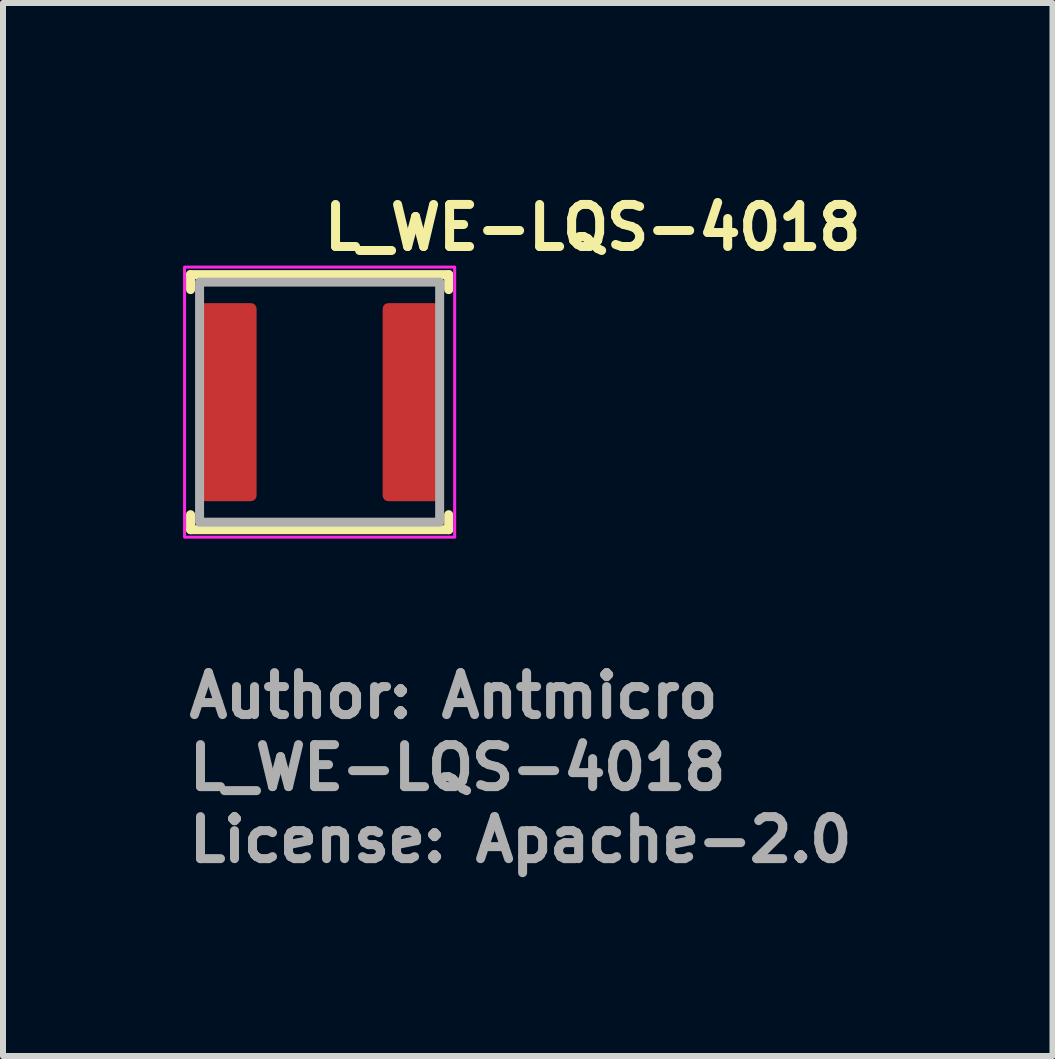
<source format=kicad_pcb>
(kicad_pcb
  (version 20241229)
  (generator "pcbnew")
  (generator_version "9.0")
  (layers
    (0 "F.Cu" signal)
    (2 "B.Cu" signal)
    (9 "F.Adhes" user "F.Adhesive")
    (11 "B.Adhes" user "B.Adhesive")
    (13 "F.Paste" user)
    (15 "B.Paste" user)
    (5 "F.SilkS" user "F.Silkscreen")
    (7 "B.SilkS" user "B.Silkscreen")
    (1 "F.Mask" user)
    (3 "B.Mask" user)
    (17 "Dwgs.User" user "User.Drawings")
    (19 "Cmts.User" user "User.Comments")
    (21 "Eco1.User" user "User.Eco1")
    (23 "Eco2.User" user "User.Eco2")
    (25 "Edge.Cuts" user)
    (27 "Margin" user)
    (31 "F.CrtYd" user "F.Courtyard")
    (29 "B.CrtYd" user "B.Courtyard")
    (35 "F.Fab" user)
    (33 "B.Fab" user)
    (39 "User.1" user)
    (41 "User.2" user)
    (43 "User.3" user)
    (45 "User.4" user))
  (footprint "L_WE-LQS-4018"
    (layer "F.Cu")
    (at 2.275 3.65)
    (property "Reference" "L_WE-LQS-4018" (at 0 -2.5 0) (layer "F.SilkS") (effects (font (size 0.7 0.7) (thickness 0.15)) (justify left bottom)))
    (attr smd)
    (fp_line (start -2.15 -2.125) (end -2.15 -1.875) (stroke (width 0.15) (type solid)) (layer "F.SilkS"))
    (fp_line (start -2.15 -2.125) (end 2.15 -2.125) (stroke (width 0.15) (type solid)) (layer "F.SilkS"))
    (fp_line (start -2.15 1.875) (end -2.15 2.125) (stroke (width 0.15) (type solid)) (layer "F.SilkS"))
    (fp_line (start 2.15 -2.125) (end 2.15 -1.875) (stroke (width 0.15) (type solid)) (layer "F.SilkS"))
    (fp_line (start 2.15 1.875) (end 2.15 2.125) (stroke (width 0.15) (type solid)) (layer "F.SilkS"))
    (fp_line (start 2.15 2.125) (end -2.15 2.125) (stroke (width 0.15) (type solid)) (layer "F.SilkS"))
    (fp_rect (start -2.25 -2.25) (end 2.25 2.25) (stroke (width 0.05) (type solid)) (fill no) (layer "F.CrtYd"))
    (fp_rect (start -2 -2) (end 2 2) (stroke (width 0.15) (type solid)) (fill no) (layer "F.Fab"))
    (fp_rect (start -2 -2) (end 2 2) (stroke (width 0.1) (type solid)) (fill no) (layer "User.5"))
    (fp_line (start -1.999 -2) (end -1.649 -2) (stroke (width 0.02) (type solid)) (layer "User.9"))
    (fp_line (start -1.999 -1.649) (end -1.999 -2) (stroke (width 0.02) (type solid)) (layer "User.9"))
    (fp_line (start -1.999 -1.649) (end -1.699 -1.649) (stroke (width 0.02) (type solid)) (layer "User.9"))
    (fp_line (start -1.999 1.649) (end -1.999 -1.649) (stroke (width 0.02) (type solid)) (layer "User.9"))
    (fp_line (start -1.999 2) (end -1.999 1.649) (stroke (width 0.02) (type solid)) (layer "User.9"))
    (fp_line (start -1.699 -1.649) (end -1.498 -2) (stroke (width 0.02) (type solid)) (layer "User.9"))
    (fp_line (start -1.699 1.649) (end -1.999 1.649) (stroke (width 0.02) (type solid)) (layer "User.9"))
    (fp_line (start -1.6 -1.95) (end -1.649 -2) (stroke (width 0.02) (type solid)) (layer "User.9"))
    (fp_line (start -1.574 -1.978) (end -1.574 -1.978) (stroke (width 0.02) (type solid)) (layer "User.9"))
    (fp_line (start -1.574 -1.978) (end -1.572 -1.979) (stroke (width 0.02) (type solid)) (layer "User.9"))
    (fp_line (start -1.574 -1.977) (end -1.574 -1.978) (stroke (width 0.02) (type solid)) (layer "User.9"))
    (fp_line (start -1.574 -1.976) (end -1.574 -1.977) (stroke (width 0.02) (type solid)) (layer "User.9"))
    (fp_line (start -1.574 -1.976) (end -1.574 -1.976) (stroke (width 0.02) (type solid)) (layer "User.9"))
    (fp_line (start -1.574 -1.975) (end -1.574 -1.976) (stroke (width 0.02) (type solid)) (layer "User.9"))
    (fp_line (start -1.574 -1.975) (end -1.574 -1.975) (stroke (width 0.02) (type solid)) (layer "User.9"))
    (fp_line (start -1.574 -1.974) (end -1.574 -1.975) (stroke (width 0.02) (type solid)) (layer "User.9"))
    (fp_line (start -1.574 -1.973) (end -1.574 -1.974) (stroke (width 0.02) (type solid)) (layer "User.9"))
    (fp_line (start -1.574 -1.972) (end -1.574 -1.973) (stroke (width 0.02) (type solid)) (layer "User.9"))
    (fp_line (start -1.574 -1.971) (end -1.574 -1.972) (stroke (width 0.02) (type solid)) (layer "User.9"))
    (fp_line (start -1.574 -1.95) (end -1.6 -1.95) (stroke (width 0.02) (type solid)) (layer "User.9"))
    (fp_line (start -1.574 -1.925) (end -1.574 -1.975) (stroke (width 0.02) (type solid)) (layer "User.9"))
    (fp_line (start -1.574 -1.866) (end -1.574 -1.925) (stroke (width 0.02) (type solid)) (layer "User.9"))
    (fp_line (start -1.572 -1.981) (end -1.572 -1.981) (stroke (width 0.02) (type solid)) (layer "User.9"))
    (fp_line (start -1.572 -1.981) (end -1.57 -1.982) (stroke (width 0.02) (type solid)) (layer "User.9"))
    (fp_line (start -1.572 -1.98) (end -1.572 -1.981) (stroke (width 0.02) (type solid)) (layer "User.9"))
    (fp_line (start -1.572 -1.979) (end -1.572 -1.98) (stroke (width 0.02) (type solid)) (layer "User.9"))
    (fp_line (start -1.572 -1.979) (end -1.572 -1.979) (stroke (width 0.02) (type solid)) (layer "User.9"))
    (fp_line (start -1.572 -1.969) (end -1.574 -1.971) (stroke (width 0.02) (type solid)) (layer "User.9"))
    (fp_line (start -1.57 -1.983) (end -1.568 -1.984) (stroke (width 0.02) (type solid)) (layer "User.9"))
    (fp_line (start -1.57 -1.982) (end -1.57 -1.983) (stroke (width 0.02) (type solid)) (layer "User.9"))
    (fp_line (start -1.57 -1.982) (end -1.57 -1.982) (stroke (width 0.02) (type solid)) (layer "User.9"))
    (fp_line (start -1.57 -1.967) (end -1.572 -1.969) (stroke (width 0.02) (type solid)) (layer "User.9"))
    (fp_line (start -1.568 -1.985) (end -1.566 -1.985) (stroke (width 0.02) (type solid)) (layer "User.9"))
    (fp_line (start -1.568 -1.984) (end -1.568 -1.985) (stroke (width 0.02) (type solid)) (layer "User.9"))
    (fp_line (start -1.568 -1.984) (end -1.568 -1.984) (stroke (width 0.02) (type solid)) (layer "User.9"))
    (fp_line (start -1.568 -1.965) (end -1.57 -1.967) (stroke (width 0.02) (type solid)) (layer "User.9"))
    (fp_line (start -1.566 -1.986) (end -1.564 -1.986) (stroke (width 0.02) (type solid)) (layer "User.9"))
    (fp_line (start -1.566 -1.985) (end -1.566 -1.986) (stroke (width 0.02) (type solid)) (layer "User.9"))
    (fp_line (start -1.566 -1.963) (end -1.568 -1.965) (stroke (width 0.02) (type solid)) (layer "User.9"))
    (fp_line (start -1.564 -1.987) (end -1.562 -1.988) (stroke (width 0.02) (type solid)) (layer "User.9"))
    (fp_line (start -1.564 -1.986) (end -1.564 -1.987) (stroke (width 0.02) (type solid)) (layer "User.9"))
    (fp_line (start -1.564 -1.962) (end -1.566 -1.963) (stroke (width 0.02) (type solid)) (layer "User.9"))
    (fp_line (start -1.562 -1.988) (end -1.56 -1.989) (stroke (width 0.02) (type solid)) (layer "User.9"))
    (fp_line (start -1.56 -1.989) (end -1.558 -1.99) (stroke (width 0.02) (type solid)) (layer "User.9"))
    (fp_line (start -1.56 -1.96) (end -1.564 -1.962) (stroke (width 0.02) (type solid)) (layer "User.9"))
    (fp_line (start -1.558 -1.99) (end -1.556 -1.991) (stroke (width 0.02) (type solid)) (layer "User.9"))
    (fp_line (start -1.558 -1.959) (end -1.56 -1.96) (stroke (width 0.02) (type solid)) (layer "User.9"))
    (fp_line (start -1.556 -1.991) (end -1.554 -1.992) (stroke (width 0.02) (type solid)) (layer "User.9"))
    (fp_line (start -1.554 -1.992) (end -1.552 -1.992) (stroke (width 0.02) (type solid)) (layer "User.9"))
    (fp_line (start -1.554 -1.957) (end -1.558 -1.959) (stroke (width 0.02) (type solid)) (layer "User.9"))
    (fp_line (start -1.552 -1.992) (end -1.552 -1.992) (stroke (width 0.02) (type solid)) (layer "User.9"))
    (fp_line (start -1.552 -1.992) (end -1.548 -1.993) (stroke (width 0.02) (type solid)) (layer "User.9"))
    (fp_line (start -1.55 -1.956) (end -1.554 -1.957) (stroke (width 0.02) (type solid)) (layer "User.9"))
    (fp_line (start -1.548 -1.993) (end -1.546 -1.994) (stroke (width 0.02) (type solid)) (layer "User.9"))
    (fp_line (start -1.546 -1.994) (end -1.542 -1.995) (stroke (width 0.02) (type solid)) (layer "User.9"))
    (fp_line (start -1.546 -1.955) (end -1.55 -1.956) (stroke (width 0.02) (type solid)) (layer "User.9"))
    (fp_line (start -1.542 -1.995) (end -1.54 -1.996) (stroke (width 0.02) (type solid)) (layer "User.9"))
    (fp_line (start -1.54 -1.996) (end -1.536 -1.996) (stroke (width 0.02) (type solid)) (layer "User.9"))
    (fp_line (start -1.54 -1.954) (end -1.546 -1.955) (stroke (width 0.02) (type solid)) (layer "User.9"))
    (fp_line (start -1.536 -1.996) (end -1.534 -1.997) (stroke (width 0.02) (type solid)) (layer "User.9"))
    (fp_line (start -1.536 -1.953) (end -1.54 -1.954) (stroke (width 0.02) (type solid)) (layer "User.9"))
    (fp_line (start -1.534 -1.997) (end -1.526 -1.998) (stroke (width 0.02) (type solid)) (layer "User.9"))
    (fp_line (start -1.53 -1.952) (end -1.536 -1.953) (stroke (width 0.02) (type solid)) (layer "User.9"))
    (fp_line (start -1.526 -1.998) (end -1.52 -1.999) (stroke (width 0.02) (type solid)) (layer "User.9"))
    (fp_line (start -1.524 -1.951) (end -1.53 -1.952) (stroke (width 0.02) (type solid)) (layer "User.9"))
    (fp_line (start -1.52 -1.999) (end -1.512 -1.999) (stroke (width 0.02) (type solid)) (layer "User.9"))
    (fp_line (start -1.512 -1.999) (end -1.506 -1.999) (stroke (width 0.02) (type solid)) (layer "User.9"))
    (fp_line (start -1.506 -1.999) (end -1.498 -1.999) (stroke (width 0.02) (type solid)) (layer "User.9"))
    (fp_line (start -1.498 -2) (end 1.496 -2) (stroke (width 0.02) (type solid)) (layer "User.9"))
    (fp_line (start -1.498 2) (end -1.999 2) (stroke (width 0.02) (type solid)) (layer "User.9"))
    (fp_line (start -1.498 2) (end -1.699 1.649) (stroke (width 0.02) (type solid)) (layer "User.9"))
    (fp_line (start 1.496 -2) (end 1.7 -1.649) (stroke (width 0.02) (type solid)) (layer "User.9"))
    (fp_line (start 1.496 2) (end -1.498 2) (stroke (width 0.02) (type solid)) (layer "User.9"))
    (fp_line (start 1.5 -1.994) (end 1.512 -1.994) (stroke (width 0.02) (type solid)) (layer "User.9"))
    (fp_line (start 1.512 -1.994) (end 1.524 -1.993) (stroke (width 0.02) (type solid)) (layer "User.9"))
    (fp_line (start 1.524 -1.993) (end 1.528 -1.992) (stroke (width 0.02) (type solid)) (layer "User.9"))
    (fp_line (start 1.528 -1.992) (end 1.533 -1.992) (stroke (width 0.02) (type solid)) (layer "User.9"))
    (fp_line (start 1.533 -1.992) (end 1.537 -1.991) (stroke (width 0.02) (type solid)) (layer "User.9"))
    (fp_line (start 1.537 -1.991) (end 1.543 -1.991) (stroke (width 0.02) (type solid)) (layer "User.9"))
    (fp_line (start 1.543 -1.991) (end 1.545 -1.99) (stroke (width 0.02) (type solid)) (layer "User.9"))
    (fp_line (start 1.545 -1.99) (end 1.551 -1.989) (stroke (width 0.02) (type solid)) (layer "User.9"))
    (fp_line (start 1.551 -1.989) (end 1.553 -1.988) (stroke (width 0.02) (type solid)) (layer "User.9"))
    (fp_line (start 1.553 -1.988) (end 1.559 -1.987) (stroke (width 0.02) (type solid)) (layer "User.9"))
    (fp_line (start 1.559 -1.987) (end 1.561 -1.985) (stroke (width 0.02) (type solid)) (layer "User.9"))
    (fp_line (start 1.561 -1.985) (end 1.565 -1.984) (stroke (width 0.02) (type solid)) (layer "User.9"))
    (fp_line (start 1.565 -1.984) (end 1.568 -1.983) (stroke (width 0.02) (type solid)) (layer "User.9"))
    (fp_line (start 1.568 -1.983) (end 1.569 -1.981) (stroke (width 0.02) (type solid)) (layer "User.9"))
    (fp_line (start 1.569 -1.981) (end 1.569 -1.981) (stroke (width 0.02) (type solid)) (layer "User.9"))
    (fp_line (start 1.569 -1.981) (end 1.575 -1.975) (stroke (width 0.02) (type solid)) (layer "User.9"))
    (fp_line (start 1.572 -1.98) (end 1.569 -1.981) (stroke (width 0.02) (type solid)) (layer "User.9"))
    (fp_line (start 1.572 -1.98) (end 1.572 -1.98) (stroke (width 0.02) (type solid)) (layer "User.9"))
    (fp_line (start 1.572 -1.979) (end 1.572 -1.98) (stroke (width 0.02) (type solid)) (layer "User.9"))
    (fp_line (start 1.573 -1.979) (end 1.572 -1.979) (stroke (width 0.02) (type solid)) (layer "User.9"))
    (fp_line (start 1.573 -1.979) (end 1.573 -1.979) (stroke (width 0.02) (type solid)) (layer "User.9"))
    (fp_line (start 1.573 -1.978) (end 1.573 -1.979) (stroke (width 0.02) (type solid)) (layer "User.9"))
    (fp_line (start 1.573 -1.978) (end 1.573 -1.978) (stroke (width 0.02) (type solid)) (layer "User.9"))
    (fp_line (start 1.573 -1.977) (end 1.573 -1.978) (stroke (width 0.02) (type solid)) (layer "User.9"))
    (fp_line (start 1.573 -1.977) (end 1.573 -1.977) (stroke (width 0.02) (type solid)) (layer "User.9"))
    (fp_line (start 1.573 -1.976) (end 1.573 -1.977) (stroke (width 0.02) (type solid)) (layer "User.9"))
    (fp_line (start 1.573 -1.976) (end 1.573 -1.976) (stroke (width 0.02) (type solid)) (layer "User.9"))
    (fp_line (start 1.573 -1.976) (end 1.573 -1.976) (stroke (width 0.02) (type solid)) (layer "User.9"))
    (fp_line (start 1.573 -1.975) (end 1.573 -1.976) (stroke (width 0.02) (type solid)) (layer "User.9"))
    (fp_line (start 1.575 -1.975) (end 1.573 -1.975) (stroke (width 0.02) (type solid)) (layer "User.9"))
    (fp_line (start 1.575 -1.975) (end 1.575 -1.975) (stroke (width 0.02) (type solid)) (layer "User.9"))
    (fp_line (start 1.575 -1.975) (end 1.575 -1.975) (stroke (width 0.02) (type solid)) (layer "User.9"))
    (fp_line (start 1.575 -1.975) (end 1.575 -1.975) (stroke (width 0.02) (type solid)) (layer "User.9"))
    (fp_line (start 1.575 -1.925) (end 1.575 -1.975) (stroke (width 0.02) (type solid)) (layer "User.9"))
    (fp_line (start 1.575 -1.866) (end 1.575 -1.925) (stroke (width 0.02) (type solid)) (layer "User.9"))
    (fp_line (start 1.6 -1.95) (end 1.575 -1.95) (stroke (width 0.02) (type solid)) (layer "User.9"))
    (fp_line (start 1.649 -2) (end 1.6 -1.95) (stroke (width 0.02) (type solid)) (layer "User.9"))
    (fp_line (start 1.649 -2) (end 2 -2) (stroke (width 0.02) (type solid)) (layer "User.9"))
    (fp_line (start 1.7 -1.649) (end 2 -1.649) (stroke (width 0.02) (type solid)) (layer "User.9"))
    (fp_line (start 1.7 1.649) (end 1.496 2) (stroke (width 0.02) (type solid)) (layer "User.9"))
    (fp_line (start 2 -2) (end 2 -1.649) (stroke (width 0.02) (type solid)) (layer "User.9"))
    (fp_line (start 2 -1.649) (end 2 1.649) (stroke (width 0.02) (type solid)) (layer "User.9"))
    (fp_line (start 2 1.649) (end 1.7 1.649) (stroke (width 0.02) (type solid)) (layer "User.9"))
    (fp_line (start 2 1.649) (end 2 2) (stroke (width 0.02) (type solid)) (layer "User.9"))
    (fp_line (start 2 2) (end 1.496 2) (stroke (width 0.02) (type solid)) (layer "User.9"))
    (fp_text user "${REFERENCE}" (at -2.25 6.499 0) (layer "F.Fab") (effects (font (size 0.7 0.7) (thickness 0.15)) (justify left bottom)))
    (fp_text user "License: Apache-2.0" (at -2.25 7.699 0) (layer "F.Fab") (effects (font (size 0.7 0.7) (thickness 0.15)) (justify left bottom)))
    (fp_text user "Author: Antmicro" (at -2.25 5.299 0) (layer "F.Fab") (effects (font (size 0.7 0.7) (thickness 0.15)) (justify left bottom)))
    (pad "1" smd roundrect (at -1.525 0) (size 0.95 3.3) (layers "F.Cu" "F.Mask" "F.Paste") (roundrect_rratio 0.1))
    (pad "2" smd roundrect (at 1.525 0) (size 0.95 3.3) (layers "F.Cu" "F.Mask" "F.Paste") (roundrect_rratio 0.1)))
  (gr_rect
    (start -3 -3)
    (end 14.485 14.544)
    (stroke (width 0.1) (type default))
    (fill no)
    (layer "Edge.Cuts")))
</source>
